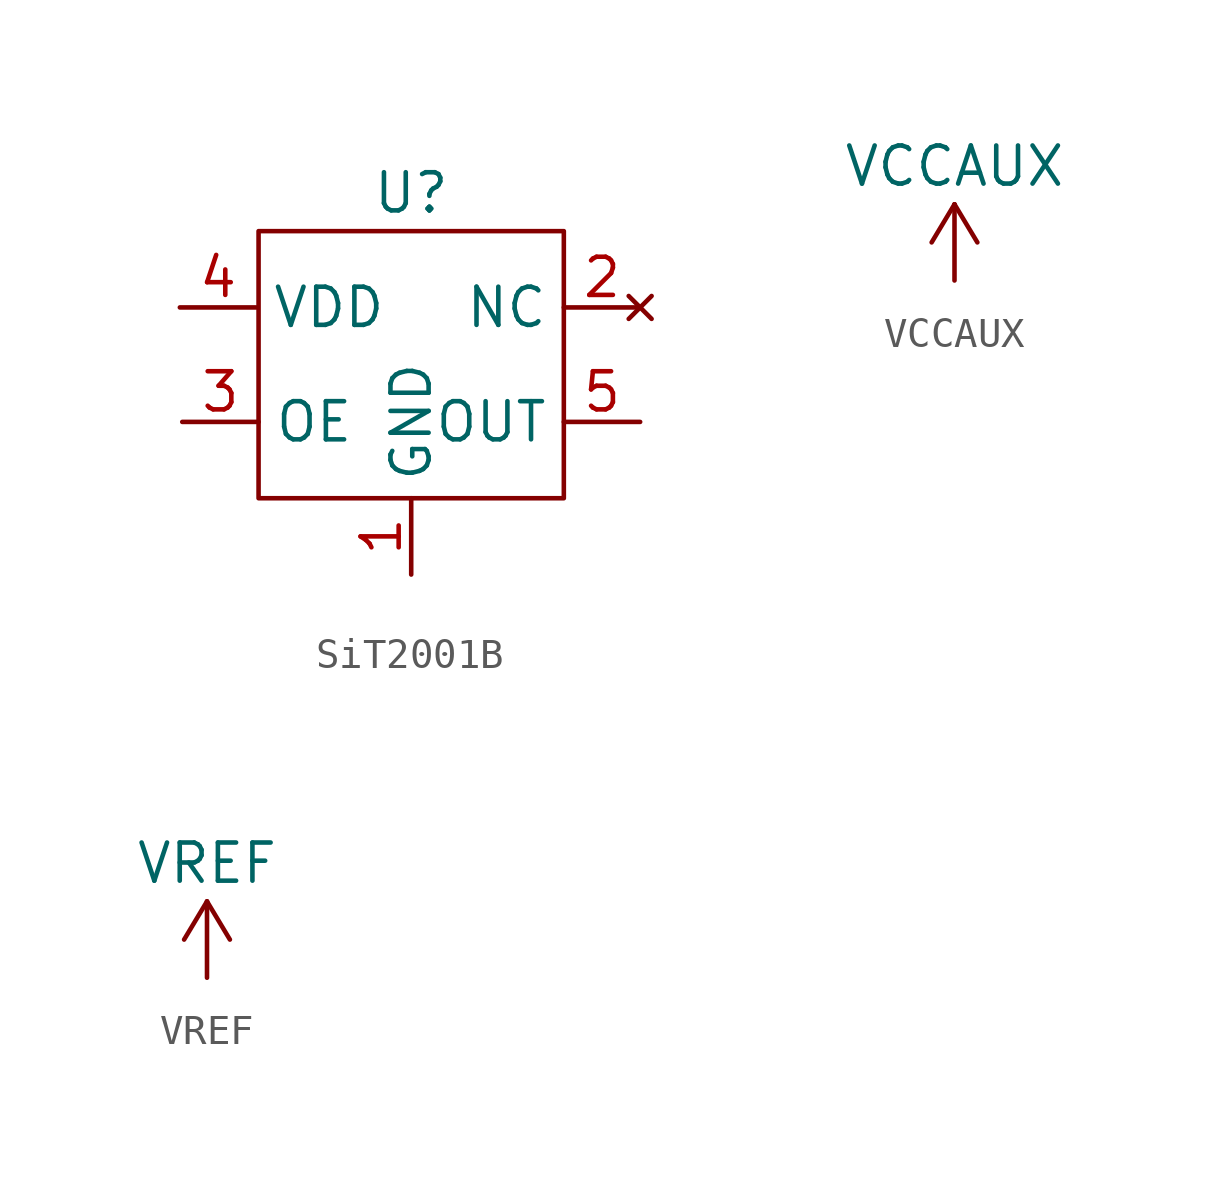
<source format=kicad_sym>
(kicad_symbol_lib
  (version 20220914)
  (generator kicad_symbol_editor)
  (symbol "SiT2001B"
    (property "Reference" "U"
      (at 0 5.08 0)
      (effects (font (size 1.27 1.27))))
    (property "Value" ""
      (at 0 5.08 0)
      (effects (font (size 1.27 1.27))))
    (symbol "SiT2001B_0_1"
      (rectangle (start -5.08 3.81) (end 5.08 -5.08) (stroke (width 0) (type default)) (fill (type none))))
    (symbol "SiT2001B_1_1"
      (pin power_in line (at 0 -7.62 90) (length 2.54) (name "GND" (effects (font (size 1.27 1.27)))) (number "1" (effects (font (size 1.27 1.27)))))
      (pin no_connect line (at 7.62 1.27 180) (length 2.54) (name "NC" (effects (font (size 1.27 1.27)))) (number "2" (effects (font (size 1.27 1.27)))))
      (pin input line (at -7.62 -2.54 0) (length 2.54) (name "OE" (effects (font (size 1.27 1.27)))) (number "3" (effects (font (size 1.27 1.27)))))
      (pin power_in line (at -7.7 1.27 0) (length 2.54) (name "VDD" (effects (font (size 1.27 1.27)))) (number "4" (effects (font (size 1.27 1.27)))))
      (pin output line (at 7.62 -2.54 180) (length 2.54) (name "OUT" (effects (font (size 1.27 1.27)))) (number "5" (effects (font (size 1.27 1.27)))))))
  (symbol "VCCAUX"
    (power)
    (pin_names
      (offset 0))
    (property "Reference" "#PWR"
      (at 0 -3.81 0)
      (effects (font (size 1.27 1.27)) hide))
    (property "Value" "VCCAUX"
      (at 0 3.81 0)
      (effects (font (size 1.27 1.27))))
    (symbol "VCCAUX_0_1"
      (polyline (pts (xy -0.762 1.27) (xy 0 2.54)) (stroke (width 0) (type default)) (fill (type none)))
      (polyline (pts (xy 0 0) (xy 0 2.54)) (stroke (width 0) (type default)) (fill (type none)))
      (polyline (pts (xy 0 2.54) (xy 0.762 1.27)) (stroke (width 0) (type default)) (fill (type none))))
    (symbol "VCCAUX_1_1"
      (pin power_in line (at 0 0 90) (length 0) hide (name "VCC" (effects (font (size 1.27 1.27)))) (number "1" (effects (font (size 1.27 1.27)))))))
  (symbol "VREF"
    (power)
    (pin_names
      (offset 0))
    (property "Reference" "#PWR"
      (at 0 -3.81 0)
      (effects (font (size 1.27 1.27)) hide))
    (property "Value" "VREF"
      (at 0 3.81 0)
      (effects (font (size 1.27 1.27))))
    (symbol "VREF_0_1"
      (polyline (pts (xy -0.762 1.27) (xy 0 2.54)) (stroke (width 0) (type default)) (fill (type none)))
      (polyline (pts (xy 0 0) (xy 0 2.54)) (stroke (width 0) (type default)) (fill (type none)))
      (polyline (pts (xy 0 2.54) (xy 0.762 1.27)) (stroke (width 0) (type default)) (fill (type none))))
    (symbol "VREF_1_1"
      (pin power_in line (at 0 0 90) (length 0) hide (name "VREF" (effects (font (size 1.27 1.27)))) (number "1" (effects (font (size 1.27 1.27))))))))
</source>
